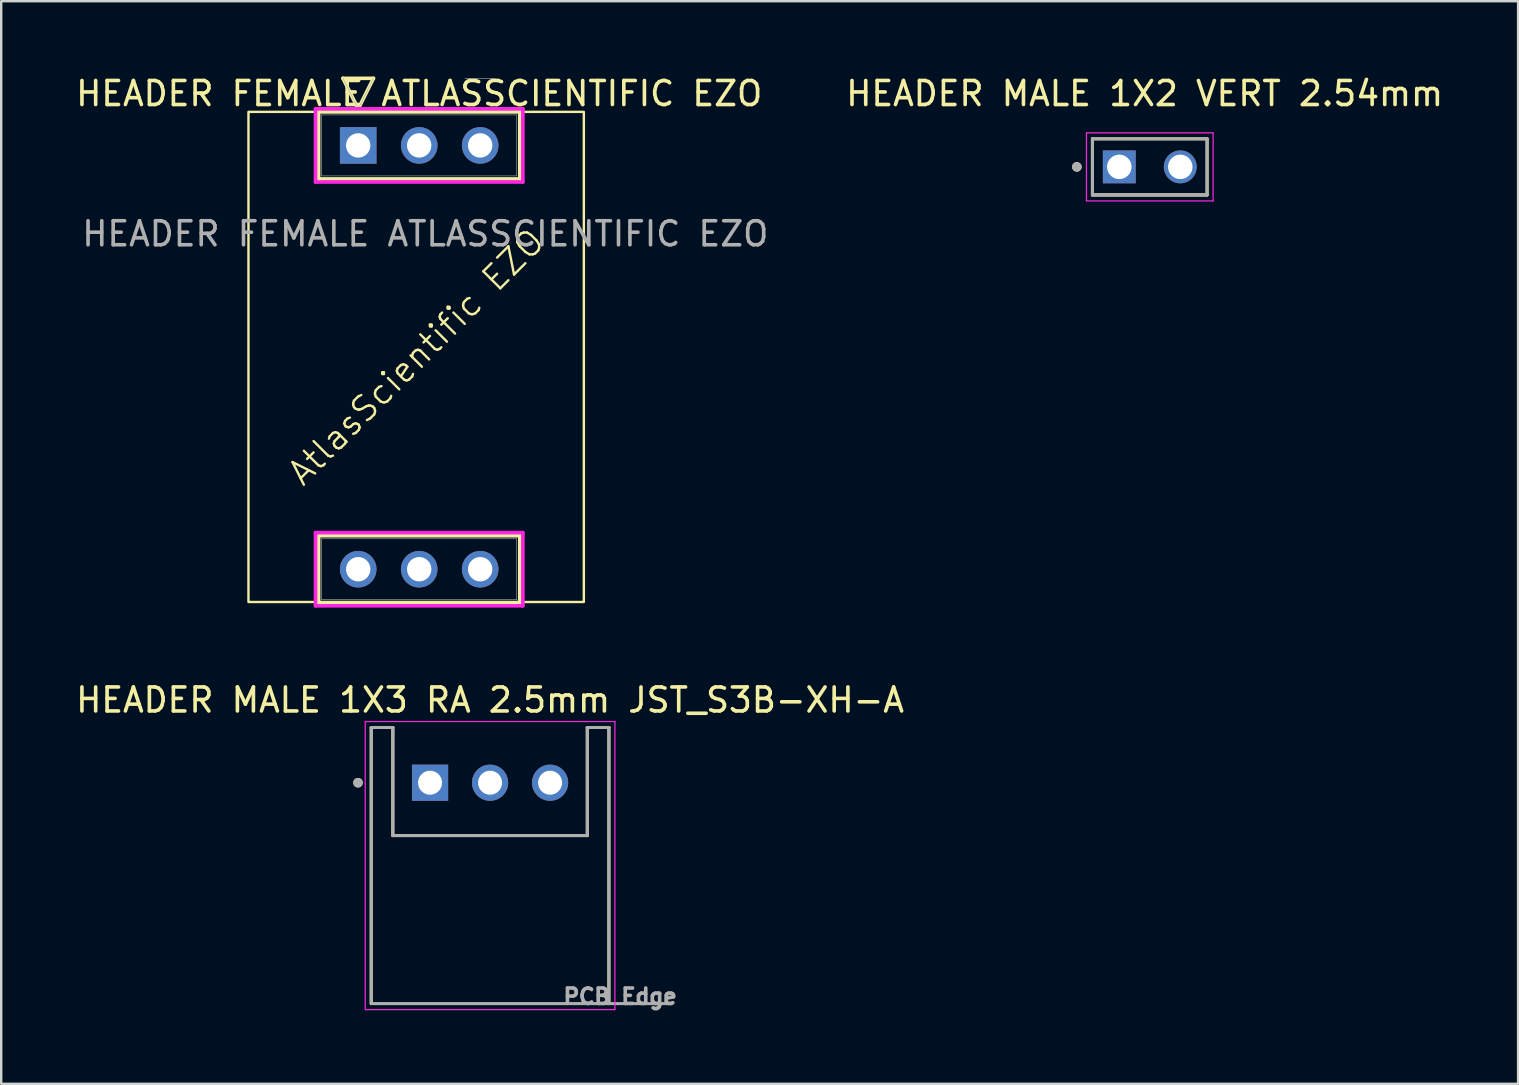
<source format=kicad_pcb>
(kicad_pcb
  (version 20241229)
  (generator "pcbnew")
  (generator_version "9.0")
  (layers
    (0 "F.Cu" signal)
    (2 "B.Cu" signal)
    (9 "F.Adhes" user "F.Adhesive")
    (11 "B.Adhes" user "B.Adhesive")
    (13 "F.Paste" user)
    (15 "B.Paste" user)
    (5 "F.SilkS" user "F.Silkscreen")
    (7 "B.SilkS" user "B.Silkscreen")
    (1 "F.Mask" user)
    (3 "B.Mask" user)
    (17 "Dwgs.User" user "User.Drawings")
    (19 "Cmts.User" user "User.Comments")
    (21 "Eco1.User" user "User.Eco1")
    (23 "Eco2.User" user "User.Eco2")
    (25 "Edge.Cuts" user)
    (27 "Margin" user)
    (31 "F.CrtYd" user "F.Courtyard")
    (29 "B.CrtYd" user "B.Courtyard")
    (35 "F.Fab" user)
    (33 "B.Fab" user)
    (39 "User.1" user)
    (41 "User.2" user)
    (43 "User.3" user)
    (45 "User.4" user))
  (footprint "HEADER MALE 1X3 RA 2.5mm JST_S3B-XH-A"
    (layer "F.Cu")
    (at 17.363 35.253)
    (property "Reference" "HEADER MALE 1X3 RA 2.5mm JST_S3B-XH-A" (at 0 -9.144 0) (layer "F.SilkS") (effects (font (size 1 1) (thickness 0.15))))
    (attr through_hole)
    (fp_line (start -4.95 -8) (end -4.95 3.5) (stroke (width 0.127) (type solid)) (layer "F.SilkS"))
    (fp_line (start -4.05 -8) (end -4.95 -8) (stroke (width 0.127) (type solid)) (layer "F.SilkS"))
    (fp_line (start -4.05 -3.5) (end -4.05 -8) (stroke (width 0.127) (type solid)) (layer "F.SilkS"))
    (fp_line (start 4.05 -8) (end 4.05 -3.5) (stroke (width 0.127) (type solid)) (layer "F.SilkS"))
    (fp_line (start 4.05 -3.5) (end -4.05 -3.5) (stroke (width 0.127) (type solid)) (layer "F.SilkS"))
    (fp_line (start 4.95 -8) (end 4.05 -8) (stroke (width 0.127) (type solid)) (layer "F.SilkS"))
    (fp_line (start 4.95 3.5) (end 4.95 -8) (stroke (width 0.127) (type solid)) (layer "F.SilkS"))
    (fp_circle (center -5.5 -5.7) (end -5.4 -5.7) (stroke (width 0.2) (type solid)) (fill no) (layer "F.SilkS"))
    (fp_line (start -5.2 -8.25) (end -5.2 3.75) (stroke (width 0.05) (type solid)) (layer "F.CrtYd"))
    (fp_line (start -5.2 3.75) (end 5.2 3.75) (stroke (width 0.05) (type solid)) (layer "F.CrtYd"))
    (fp_line (start 5.2 -8.25) (end -5.2 -8.25) (stroke (width 0.05) (type solid)) (layer "F.CrtYd"))
    (fp_line (start 5.2 3.75) (end 5.2 -8.25) (stroke (width 0.05) (type solid)) (layer "F.CrtYd"))
    (fp_line (start -4.95 -8) (end -4.95 3.5) (stroke (width 0.127) (type solid)) (layer "F.Fab"))
    (fp_line (start -4.95 3.5) (end 4.95 3.5) (stroke (width 0.127) (type solid)) (layer "F.Fab"))
    (fp_line (start -4.05 -8) (end -4.95 -8) (stroke (width 0.127) (type solid)) (layer "F.Fab"))
    (fp_line (start -4.05 -3.5) (end -4.05 -8) (stroke (width 0.127) (type solid)) (layer "F.Fab"))
    (fp_line (start 4.05 -8) (end 4.05 -3.5) (stroke (width 0.127) (type solid)) (layer "F.Fab"))
    (fp_line (start 4.05 -3.5) (end -4.05 -3.5) (stroke (width 0.127) (type solid)) (layer "F.Fab"))
    (fp_line (start 4.95 -8) (end 4.05 -8) (stroke (width 0.127) (type solid)) (layer "F.Fab"))
    (fp_line (start 4.95 3.5) (end 4.95 -8) (stroke (width 0.127) (type solid)) (layer "F.Fab"))
    (fp_line (start 4.95 3.5) (end 7.57 3.5) (stroke (width 0.127) (type solid)) (layer "F.Fab"))
    (fp_circle (center -5.5 -5.7) (end -5.4 -5.7) (stroke (width 0.2) (type solid)) (fill no) (layer "F.Fab"))
    (fp_text user "PCB Edge" (at 5.418 3.203 0) (layer "F.Fab") (effects (font (size 0.64 0.64) (thickness 0.15))))
    (pad "1" thru_hole rect (at -2.5 -5.7) (size 1.508 1.508) (drill 1) (layers "*.Cu" "*.Mask"))
    (pad "2" thru_hole circle (at 0 -5.7) (size 1.508 1.508) (drill 1) (layers "*.Cu" "*.Mask"))
    (pad "3" thru_hole circle (at 2.5 -5.7) (size 1.508 1.508) (drill 1) (layers "*.Cu" "*.Mask")))
  (footprint "HEADER FEMALE ATLASSCIENTIFIC EZO"
    (layer "F.Cu")
    (at 16.951 20.66)
    (property "Reference" "HEADER FEMALE ATLASSCIENTIFIC EZO" (at -2.54 -19.812 0) (unlocked yes) (layer "F.SilkS") (effects (font (size 1 1) (thickness 0.15))))
    (attr through_hole)
    (fp_line (start -6.731 -19.05) (end 1.651 -19.05) (stroke (width 0.152) (type solid)) (layer "F.SilkS"))
    (fp_line (start -6.731 -16.256) (end -6.731 -19.05) (stroke (width 0.152) (type solid)) (layer "F.SilkS"))
    (fp_line (start -6.731 -1.397) (end -6.731 1.397) (stroke (width 0.152) (type solid)) (layer "F.SilkS"))
    (fp_line (start -6.731 1.397) (end 1.651 1.397) (stroke (width 0.152) (type solid)) (layer "F.SilkS"))
    (fp_line (start -5.715 -20.447) (end -5.08 -19.177) (stroke (width 0.152) (type solid)) (layer "F.SilkS"))
    (fp_line (start -5.715 -20.447) (end -4.445 -20.447) (stroke (width 0.152) (type solid)) (layer "F.SilkS"))
    (fp_line (start -5.08 -19.177) (end -4.445 -20.447) (stroke (width 0.152) (type solid)) (layer "F.SilkS"))
    (fp_line (start 1.651 -19.05) (end 1.651 -16.256) (stroke (width 0.152) (type solid)) (layer "F.SilkS"))
    (fp_line (start 1.651 -16.256) (end -6.731 -16.256) (stroke (width 0.152) (type solid)) (layer "F.SilkS"))
    (fp_line (start 1.651 -1.397) (end -6.731 -1.397) (stroke (width 0.152) (type solid)) (layer "F.SilkS"))
    (fp_line (start 1.651 1.397) (end 1.651 -1.397) (stroke (width 0.152) (type solid)) (layer "F.SilkS"))
    (fp_rect (start -9.652 -19.05) (end 4.318 1.364) (stroke (width 0.1) (type solid)) (fill no) (layer "F.SilkS"))
    (fp_line (start -6.858 -19.177) (end 1.778 -19.177) (stroke (width 0.152) (type solid)) (layer "F.CrtYd"))
    (fp_line (start -6.858 -16.129) (end -6.858 -19.177) (stroke (width 0.152) (type solid)) (layer "F.CrtYd"))
    (fp_line (start -6.858 -1.524) (end -6.858 1.524) (stroke (width 0.152) (type solid)) (layer "F.CrtYd"))
    (fp_line (start -6.858 1.524) (end 1.778 1.524) (stroke (width 0.152) (type solid)) (layer "F.CrtYd"))
    (fp_line (start 1.778 -19.177) (end 1.778 -16.129) (stroke (width 0.152) (type solid)) (layer "F.CrtYd"))
    (fp_line (start 1.778 -16.129) (end -6.858 -16.129) (stroke (width 0.152) (type solid)) (layer "F.CrtYd"))
    (fp_line (start 1.778 -1.524) (end -6.858 -1.524) (stroke (width 0.152) (type solid)) (layer "F.CrtYd"))
    (fp_line (start 1.778 1.524) (end 1.778 -1.524) (stroke (width 0.152) (type solid)) (layer "F.CrtYd"))
    (fp_line (start -6.604 -18.923) (end 1.524 -18.923) (stroke (width 0.025) (type solid)) (layer "F.Fab"))
    (fp_line (start -6.604 -16.383) (end -6.604 -18.923) (stroke (width 0.025) (type solid)) (layer "F.Fab"))
    (fp_line (start -6.604 -1.27) (end -6.604 1.27) (stroke (width 0.025) (type solid)) (layer "F.Fab"))
    (fp_line (start -6.604 1.27) (end 1.524 1.27) (stroke (width 0.025) (type solid)) (layer "F.Fab"))
    (fp_line (start -5.715 -20.447) (end -5.08 -19.177) (stroke (width 0.025) (type solid)) (layer "F.Fab"))
    (fp_line (start -5.08 -19.177) (end -4.445 -20.447) (stroke (width 0.025) (type solid)) (layer "F.Fab"))
    (fp_line (start -0.635 -20.447) (end 0.635 -20.447) (stroke (width 0.025) (type solid)) (layer "F.Fab"))
    (fp_line (start 1.524 -18.923) (end 1.524 -16.383) (stroke (width 0.025) (type solid)) (layer "F.Fab"))
    (fp_line (start 1.524 -16.383) (end -6.604 -16.383) (stroke (width 0.025) (type solid)) (layer "F.Fab"))
    (fp_line (start 1.524 -1.27) (end -6.604 -1.27) (stroke (width 0.025) (type solid)) (layer "F.Fab"))
    (fp_line (start 1.524 1.27) (end 1.524 -1.27) (stroke (width 0.025) (type solid)) (layer "F.Fab"))
    (fp_text user "AtlasScientific EZO" (at -2.667 -8.843 45) (unlocked yes) (layer "F.SilkS") (effects (font (size 1 1) (thickness 0.1))))
    (fp_text user "${REFERENCE}" (at -2.286 -13.97 0) (unlocked yes) (layer "F.Fab") (effects (font (size 1 1) (thickness 0.15))))
    (pad "1" thru_hole rect (at -5.08 -17.653) (size 1.524 1.524) (drill 1.016) (layers "*.Cu" "*.Mask"))
    (pad "2" thru_hole circle (at -2.54 -17.653) (size 1.524 1.524) (drill 1.016) (layers "*.Cu" "*.Mask"))
    (pad "3" thru_hole circle (at 0 -17.653) (size 1.524 1.524) (drill 1.016) (layers "*.Cu" "*.Mask"))
    (pad "4" thru_hole circle (at -5.08 0) (size 1.524 1.524) (drill 1.016) (layers "*.Cu" "*.Mask"))
    (pad "5" thru_hole circle (at -2.54 0) (size 1.524 1.524) (drill 1.016) (layers "*.Cu" "*.Mask"))
    (pad "6" thru_hole circle (at 0 0) (size 1.524 1.524) (drill 1.016) (layers "*.Cu" "*.Mask")))
  (footprint "HEADER MALE 1X2 VERT 2.54mm"
    (layer "F.Cu")
    (at 43.572 3.901)
    (property "Reference" "HEADER MALE 1X2 VERT 2.54mm" (at 1.057 -3.053 0) (layer "F.SilkS") (effects (font (size 1 1) (thickness 0.15))))
    (attr through_hole)
    (fp_line (start -1.118 1.168) (end -1.118 -1.168) (stroke (width 0.127) (type solid)) (layer "F.SilkS"))
    (fp_line (start 3.658 -1.168) (end -1.118 -1.168) (stroke (width 0.127) (type solid)) (layer "F.SilkS"))
    (fp_line (start 3.658 -1.168) (end 3.658 1.168) (stroke (width 0.127) (type solid)) (layer "F.SilkS"))
    (fp_line (start 3.658 1.168) (end -1.118 1.168) (stroke (width 0.127) (type solid)) (layer "F.SilkS"))
    (fp_circle (center -1.768 0) (end -1.668 0) (stroke (width 0.2) (type solid)) (fill no) (layer "F.SilkS"))
    (fp_line (start -1.368 -1.418) (end 3.908 -1.418) (stroke (width 0.05) (type solid)) (layer "F.CrtYd"))
    (fp_line (start -1.368 1.418) (end -1.368 -1.418) (stroke (width 0.05) (type solid)) (layer "F.CrtYd"))
    (fp_line (start 3.908 -1.418) (end 3.908 1.418) (stroke (width 0.05) (type solid)) (layer "F.CrtYd"))
    (fp_line (start 3.908 1.418) (end -1.368 1.418) (stroke (width 0.05) (type solid)) (layer "F.CrtYd"))
    (fp_line (start -1.118 -1.168) (end 3.658 -1.168) (stroke (width 0.127) (type solid)) (layer "F.Fab"))
    (fp_line (start -1.118 1.168) (end -1.118 -1.168) (stroke (width 0.127) (type solid)) (layer "F.Fab"))
    (fp_line (start -1.118 1.168) (end -1.118 1.168) (stroke (width 0.127) (type solid)) (layer "F.Fab"))
    (fp_line (start -1.118 1.168) (end 3.658 1.168) (stroke (width 0.127) (type solid)) (layer "F.Fab"))
    (fp_line (start 3.658 -1.168) (end 3.658 1.168) (stroke (width 0.127) (type solid)) (layer "F.Fab"))
    (fp_line (start 3.658 1.168) (end -1.118 1.168) (stroke (width 0.127) (type solid)) (layer "F.Fab"))
    (fp_line (start 3.658 1.168) (end 3.658 1.168) (stroke (width 0.127) (type solid)) (layer "F.Fab"))
    (fp_circle (center -1.768 0) (end -1.668 0) (stroke (width 0.2) (type solid)) (fill no) (layer "F.Fab"))
    (pad "1" thru_hole rect (at 0 0) (size 1.37 1.37) (drill 1.02) (layers "*.Cu" "*.Mask"))
    (pad "2" thru_hole circle (at 2.54 0) (size 1.37 1.37) (drill 1.02) (layers "*.Cu" "*.Mask")))
  (gr_rect
    (start -3 -3)
    (end 60.183 42.093)
    (stroke (width 0.1) (type default))
    (fill no)
    (layer "Edge.Cuts")))
</source>
